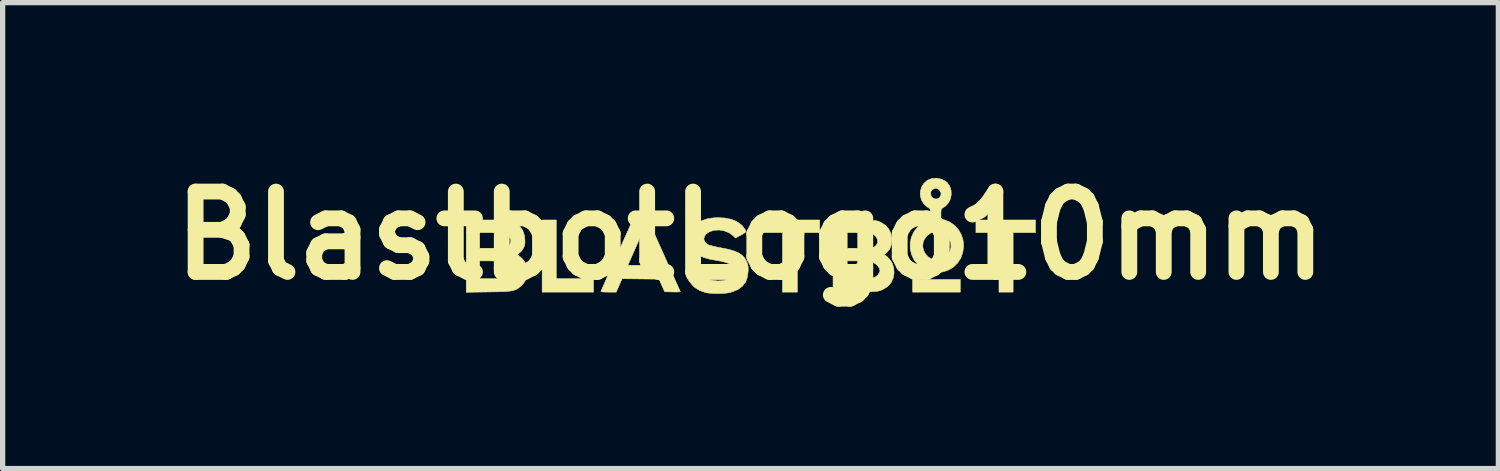
<source format=kicad_pcb>
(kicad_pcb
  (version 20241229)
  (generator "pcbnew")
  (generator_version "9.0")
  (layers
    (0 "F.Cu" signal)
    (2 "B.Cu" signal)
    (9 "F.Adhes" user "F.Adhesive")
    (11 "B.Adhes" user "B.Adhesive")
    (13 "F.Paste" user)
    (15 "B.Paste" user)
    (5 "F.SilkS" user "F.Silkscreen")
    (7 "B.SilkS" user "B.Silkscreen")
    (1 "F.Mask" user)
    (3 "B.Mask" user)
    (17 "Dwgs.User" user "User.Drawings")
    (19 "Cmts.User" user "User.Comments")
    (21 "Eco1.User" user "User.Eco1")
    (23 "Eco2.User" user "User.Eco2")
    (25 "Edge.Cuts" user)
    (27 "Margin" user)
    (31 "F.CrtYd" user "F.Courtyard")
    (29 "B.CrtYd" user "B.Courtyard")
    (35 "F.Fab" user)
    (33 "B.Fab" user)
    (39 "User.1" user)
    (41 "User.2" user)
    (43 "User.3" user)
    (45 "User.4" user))
  (footprint "BlastbotLogo10mm"
    (layer "F.Cu")
    (at 11.183 1.418)
    (property "Reference" "BlastbotLogo10mm" (at 0 0 0) (layer "F.SilkS") (effects (font (size 1.524 1.524) (thickness 0.3))))
    (attr through_hole)
    (fp_poly (pts (xy 3.979 1.072) (xy 3.076 1.072) (xy 3.076 0.833) (xy 3.979 0.833) (xy 3.979 1.072)) (stroke (width 0.01) (type solid)) (fill yes) (layer "F.SilkS"))
    (fp_poly (pts (xy -3.683 0.818) (xy -2.977 0.818) (xy -2.977 1.072) (xy -3.951 1.072) (xy -3.951 -0.296) (xy -3.683 -0.296) (xy -3.683 0.818)) (stroke (width 0.01) (type solid)) (fill yes) (layer "F.SilkS"))
    (fp_poly (pts (xy 1.312 -0.056) (xy 0.889 -0.056) (xy 0.889 1.072) (xy 0.607 1.072) (xy 0.607 -0.056) (xy 0.183 -0.056) (xy 0.183 -0.296) (xy 1.312 -0.296) (xy 1.312 -0.056)) (stroke (width 0.01) (type solid)) (fill yes) (layer "F.SilkS"))
    (fp_poly (pts (xy 5.405 -0.056) (xy 4.981 -0.056) (xy 4.981 1.072) (xy 4.713 1.072) (xy 4.713 -0.056) (xy 4.276 -0.056) (xy 4.276 -0.296) (xy 5.405 -0.296) (xy 5.405 -0.056)) (stroke (width 0.01) (type solid)) (fill yes) (layer "F.SilkS"))
    (fp_poly (pts (xy -1.637 0.377) (xy -1.58 0.507) (xy -1.525 0.628) (xy -1.475 0.74) (xy -1.431 0.839) (xy -1.393 0.923) (xy -1.363 0.989) (xy -1.342 1.036) (xy -1.332 1.06) (xy -1.33 1.062) (xy -1.341 1.066) (xy -1.374 1.069) (xy -1.425 1.07) (xy -1.476 1.069) (xy -1.628 1.065) (xy -1.681 0.945) (xy -1.734 0.826) (xy -2.085 0.822) (xy -2.436 0.818) (xy -2.547 1.072) (xy -2.692 1.072) (xy -2.752 1.071) (xy -2.8 1.069) (xy -2.829 1.065) (xy -2.836 1.061) (xy -2.831 1.046) (xy -2.815 1.008) (xy -2.789 0.95) (xy -2.755 0.872) (xy -2.714 0.779) (xy -2.667 0.672) (xy -2.619 0.564) (xy -2.326 0.564) (xy -2.086 0.564) (xy -1.995 0.564) (xy -1.929 0.562) (xy -1.885 0.56) (xy -1.861 0.555) (xy -1.853 0.549) (xy -1.853 0.547) (xy -1.869 0.509) (xy -1.892 0.456) (xy -1.92 0.391) (xy -1.952 0.321) (xy -1.984 0.248) (xy -2.014 0.18) (xy -2.042 0.119) (xy -2.063 0.07) (xy -2.078 0.039) (xy -2.082 0.03) (xy -2.085 0.029) (xy -2.089 0.034) (xy -2.096 0.047) (xy -2.108 0.071) (xy -2.125 0.108) (xy -2.149 0.162) (xy -2.181 0.235) (xy -2.223 0.33) (xy -2.244 0.377) (xy -2.326 0.564) (xy -2.619 0.564) (xy -2.614 0.555) (xy -2.558 0.428) (xy -2.536 0.38) (xy -2.236 -0.289) (xy -2.087 -0.293) (xy -1.939 -0.297) (xy -1.637 0.377)) (stroke (width 0.01) (type solid)) (fill yes) (layer "F.SilkS"))
    (fp_poly (pts (xy -4.894 -0.296) (xy -4.801 -0.295) (xy -4.729 -0.294) (xy -4.673 -0.291) (xy -4.63 -0.287) (xy -4.595 -0.282) (xy -4.564 -0.275) (xy -4.545 -0.269) (xy -4.446 -0.228) (xy -4.371 -0.17) (xy -4.319 -0.097) (xy -4.288 -0.005) (xy -4.279 0.064) (xy -4.277 0.124) (xy -4.281 0.168) (xy -4.292 0.207) (xy -4.304 0.233) (xy -4.332 0.278) (xy -4.367 0.317) (xy -4.381 0.328) (xy -4.427 0.358) (xy -4.374 0.397) (xy -4.334 0.433) (xy -4.295 0.481) (xy -4.28 0.504) (xy -4.259 0.543) (xy -4.247 0.579) (xy -4.242 0.622) (xy -4.241 0.683) (xy -4.241 0.684) (xy -4.247 0.775) (xy -4.268 0.848) (xy -4.307 0.91) (xy -4.363 0.965) (xy -4.395 0.991) (xy -4.426 1.012) (xy -4.46 1.029) (xy -4.501 1.041) (xy -4.551 1.051) (xy -4.615 1.058) (xy -4.695 1.063) (xy -4.795 1.066) (xy -4.918 1.068) (xy -4.978 1.069) (xy -5.39 1.075) (xy -5.39 0.48) (xy -5.136 0.48) (xy -5.136 0.818) (xy -4.914 0.818) (xy -4.833 0.817) (xy -4.758 0.815) (xy -4.694 0.811) (xy -4.65 0.806) (xy -4.637 0.803) (xy -4.589 0.782) (xy -4.545 0.751) (xy -4.541 0.748) (xy -4.508 0.7) (xy -4.503 0.65) (xy -4.526 0.597) (xy -4.545 0.572) (xy -4.58 0.539) (xy -4.622 0.515) (xy -4.675 0.498) (xy -4.744 0.487) (xy -4.832 0.481) (xy -4.934 0.48) (xy -5.136 0.48) (xy -5.39 0.48) (xy -5.39 0.24) (xy -5.136 0.24) (xy -4.896 0.24) (xy -4.8 0.239) (xy -4.729 0.237) (xy -4.677 0.234) (xy -4.641 0.228) (xy -4.617 0.22) (xy -4.614 0.219) (xy -4.569 0.181) (xy -4.546 0.132) (xy -4.546 0.077) (xy -4.567 0.03) (xy -4.594 -0.001) (xy -4.629 -0.023) (xy -4.677 -0.039) (xy -4.741 -0.049) (xy -4.826 -0.055) (xy -4.921 -0.056) (xy -5.136 -0.056) (xy -5.136 0.24) (xy -5.39 0.24) (xy -5.39 -0.296) (xy -5.011 -0.296) (xy -4.894 -0.296)) (stroke (width 0.01) (type solid)) (fill yes) (layer "F.SilkS"))
    (fp_poly (pts (xy 1.979 -0.294) (xy 2.099 -0.292) (xy 2.194 -0.291) (xy 2.268 -0.289) (xy 2.324 -0.286) (xy 2.366 -0.283) (xy 2.398 -0.279) (xy 2.422 -0.273) (xy 2.443 -0.265) (xy 2.455 -0.26) (xy 2.548 -0.204) (xy 2.616 -0.134) (xy 2.66 -0.049) (xy 2.68 0.05) (xy 2.681 0.084) (xy 2.67 0.179) (xy 2.639 0.258) (xy 2.588 0.319) (xy 2.57 0.332) (xy 2.544 0.353) (xy 2.534 0.365) (xy 2.536 0.367) (xy 2.563 0.378) (xy 2.599 0.407) (xy 2.636 0.448) (xy 2.67 0.493) (xy 2.69 0.529) (xy 2.718 0.619) (xy 2.723 0.713) (xy 2.706 0.805) (xy 2.668 0.889) (xy 2.622 0.947) (xy 2.576 0.983) (xy 2.519 1.017) (xy 2.486 1.033) (xy 2.462 1.042) (xy 2.437 1.049) (xy 2.409 1.055) (xy 2.374 1.059) (xy 2.328 1.062) (xy 2.268 1.065) (xy 2.19 1.067) (xy 2.09 1.068) (xy 1.986 1.07) (xy 1.566 1.075) (xy 1.566 0.48) (xy 1.834 0.48) (xy 1.834 0.818) (xy 2.055 0.818) (xy 2.143 0.817) (xy 2.222 0.814) (xy 2.284 0.809) (xy 2.326 0.803) (xy 2.331 0.802) (xy 2.385 0.775) (xy 2.428 0.734) (xy 2.452 0.687) (xy 2.455 0.663) (xy 2.444 0.619) (xy 2.412 0.572) (xy 2.376 0.539) (xy 2.333 0.514) (xy 2.278 0.497) (xy 2.207 0.486) (xy 2.115 0.481) (xy 2.029 0.48) (xy 1.834 0.48) (xy 1.566 0.48) (xy 1.566 0.24) (xy 1.834 0.24) (xy 2.068 0.24) (xy 2.163 0.239) (xy 2.233 0.237) (xy 2.284 0.233) (xy 2.319 0.227) (xy 2.342 0.219) (xy 2.343 0.219) (xy 2.389 0.181) (xy 2.411 0.132) (xy 2.41 0.078) (xy 2.383 0.023) (xy 2.377 0.016) (xy 2.351 -0.01) (xy 2.319 -0.029) (xy 2.276 -0.042) (xy 2.22 -0.051) (xy 2.144 -0.055) (xy 2.045 -0.056) (xy 2.036 -0.056) (xy 1.834 -0.056) (xy 1.834 0.24) (xy 1.566 0.24) (xy 1.566 -0.298) (xy 1.979 -0.294)) (stroke (width 0.01) (type solid)) (fill yes) (layer "F.SilkS"))
    (fp_poly (pts (xy -0.486 -0.333) (xy -0.371 -0.311) (xy -0.273 -0.272) (xy -0.187 -0.216) (xy -0.157 -0.187) (xy -0.126 -0.149) (xy -0.1 -0.112) (xy -0.086 -0.083) (xy -0.085 -0.077) (xy -0.096 -0.063) (xy -0.127 -0.041) (xy -0.172 -0.014) (xy -0.185 -0.007) (xy -0.285 0.045) (xy -0.329 0.002) (xy -0.405 -0.053) (xy -0.495 -0.089) (xy -0.592 -0.106) (xy -0.688 -0.101) (xy -0.776 -0.074) (xy -0.783 -0.071) (xy -0.841 -0.031) (xy -0.874 0.016) (xy -0.884 0.066) (xy -0.87 0.114) (xy -0.831 0.156) (xy -0.801 0.174) (xy -0.768 0.186) (xy -0.713 0.2) (xy -0.645 0.216) (xy -0.569 0.23) (xy -0.552 0.234) (xy -0.42 0.26) (xy -0.313 0.291) (xy -0.228 0.327) (xy -0.162 0.371) (xy -0.112 0.423) (xy -0.075 0.487) (xy -0.071 0.496) (xy -0.054 0.541) (xy -0.046 0.585) (xy -0.043 0.638) (xy -0.045 0.683) (xy -0.06 0.793) (xy -0.096 0.884) (xy -0.153 0.959) (xy -0.232 1.018) (xy -0.336 1.063) (xy -0.391 1.08) (xy -0.455 1.091) (xy -0.537 1.097) (xy -0.628 1.099) (xy -0.719 1.097) (xy -0.799 1.09) (xy -0.857 1.079) (xy -0.963 1.041) (xy -1.048 0.99) (xy -1.085 0.957) (xy -1.115 0.924) (xy -1.148 0.882) (xy -1.179 0.839) (xy -1.202 0.802) (xy -1.213 0.777) (xy -1.214 0.775) (xy -1.202 0.764) (xy -1.171 0.744) (xy -1.126 0.718) (xy -1.104 0.706) (xy -0.995 0.647) (xy -0.974 0.68) (xy -0.91 0.755) (xy -0.828 0.811) (xy -0.73 0.847) (xy -0.62 0.861) (xy -0.611 0.861) (xy -0.514 0.854) (xy -0.437 0.833) (xy -0.375 0.797) (xy -0.358 0.782) (xy -0.327 0.748) (xy -0.313 0.714) (xy -0.31 0.675) (xy -0.319 0.62) (xy -0.345 0.576) (xy -0.392 0.539) (xy -0.461 0.51) (xy -0.555 0.486) (xy -0.63 0.473) (xy -0.77 0.448) (xy -0.884 0.416) (xy -0.975 0.376) (xy -1.045 0.327) (xy -1.095 0.268) (xy -1.128 0.197) (xy -1.143 0.134) (xy -1.148 0.026) (xy -1.129 -0.07) (xy -1.086 -0.153) (xy -1.02 -0.223) (xy -0.934 -0.277) (xy -0.828 -0.316) (xy -0.703 -0.336) (xy -0.621 -0.34) (xy -0.486 -0.333)) (stroke (width 0.01) (type solid)) (fill yes) (layer "F.SilkS"))
    (fp_poly (pts (xy 3.607 -1.074) (xy 3.683 -1.042) (xy 3.735 -1) (xy 3.782 -0.931) (xy 3.805 -0.852) (xy 3.807 -0.769) (xy 3.789 -0.688) (xy 3.75 -0.615) (xy 3.693 -0.555) (xy 3.651 -0.528) (xy 3.631 -0.515) (xy 3.619 -0.498) (xy 3.614 -0.471) (xy 3.612 -0.424) (xy 3.612 -0.412) (xy 3.612 -0.316) (xy 3.672 -0.3) (xy 3.78 -0.257) (xy 3.873 -0.192) (xy 3.947 -0.108) (xy 4.002 -0.01) (xy 4.034 0.101) (xy 4.042 0.198) (xy 4.027 0.317) (xy 3.989 0.424) (xy 3.929 0.518) (xy 3.851 0.595) (xy 3.756 0.653) (xy 3.648 0.689) (xy 3.569 0.699) (xy 3.508 0.7) (xy 3.452 0.697) (xy 3.411 0.691) (xy 3.305 0.65) (xy 3.207 0.582) (xy 3.176 0.553) (xy 3.103 0.461) (xy 3.055 0.359) (xy 3.03 0.251) (xy 3.029 0.206) (xy 3.266 0.206) (xy 3.283 0.283) (xy 3.322 0.353) (xy 3.378 0.411) (xy 3.448 0.45) (xy 3.456 0.453) (xy 3.511 0.461) (xy 3.577 0.456) (xy 3.641 0.44) (xy 3.677 0.423) (xy 3.74 0.369) (xy 3.783 0.299) (xy 3.803 0.221) (xy 3.799 0.139) (xy 3.796 0.127) (xy 3.765 0.059) (xy 3.716 0.000244) (xy 3.653 -0.045) (xy 3.584 -0.073) (xy 3.515 -0.08) (xy 3.495 -0.077) (xy 3.414 -0.046) (xy 3.346 0.005) (xy 3.296 0.073) (xy 3.274 0.128) (xy 3.266 0.206) (xy 3.029 0.206) (xy 3.029 0.14) (xy 3.052 0.031) (xy 3.098 -0.071) (xy 3.169 -0.163) (xy 3.175 -0.169) (xy 3.217 -0.205) (xy 3.269 -0.241) (xy 3.321 -0.271) (xy 3.367 -0.291) (xy 3.393 -0.296) (xy 3.405 -0.302) (xy 3.411 -0.321) (xy 3.414 -0.359) (xy 3.415 -0.402) (xy 3.414 -0.456) (xy 3.411 -0.489) (xy 3.403 -0.509) (xy 3.387 -0.521) (xy 3.375 -0.528) (xy 3.34 -0.552) (xy 3.302 -0.587) (xy 3.291 -0.598) (xy 3.245 -0.671) (xy 3.222 -0.751) (xy 3.221 -0.801) (xy 3.415 -0.801) (xy 3.426 -0.752) (xy 3.455 -0.716) (xy 3.495 -0.696) (xy 3.539 -0.695) (xy 3.581 -0.716) (xy 3.584 -0.72) (xy 3.612 -0.764) (xy 3.614 -0.812) (xy 3.588 -0.859) (xy 3.576 -0.871) (xy 3.534 -0.898) (xy 3.495 -0.898) (xy 3.452 -0.874) (xy 3.422 -0.837) (xy 3.415 -0.801) (xy 3.221 -0.801) (xy 3.221 -0.835) (xy 3.243 -0.915) (xy 3.285 -0.986) (xy 3.348 -1.043) (xy 3.366 -1.054) (xy 3.441 -1.082) (xy 3.524 -1.088) (xy 3.607 -1.074)) (stroke (width 0.01) (type solid)) (fill yes) (layer "F.SilkS")))
  (gr_rect
    (start -3 -3)
    (end 25.367 5.836)
    (stroke (width 0.1) (type default))
    (fill no)
    (layer "Edge.Cuts")))
</source>
